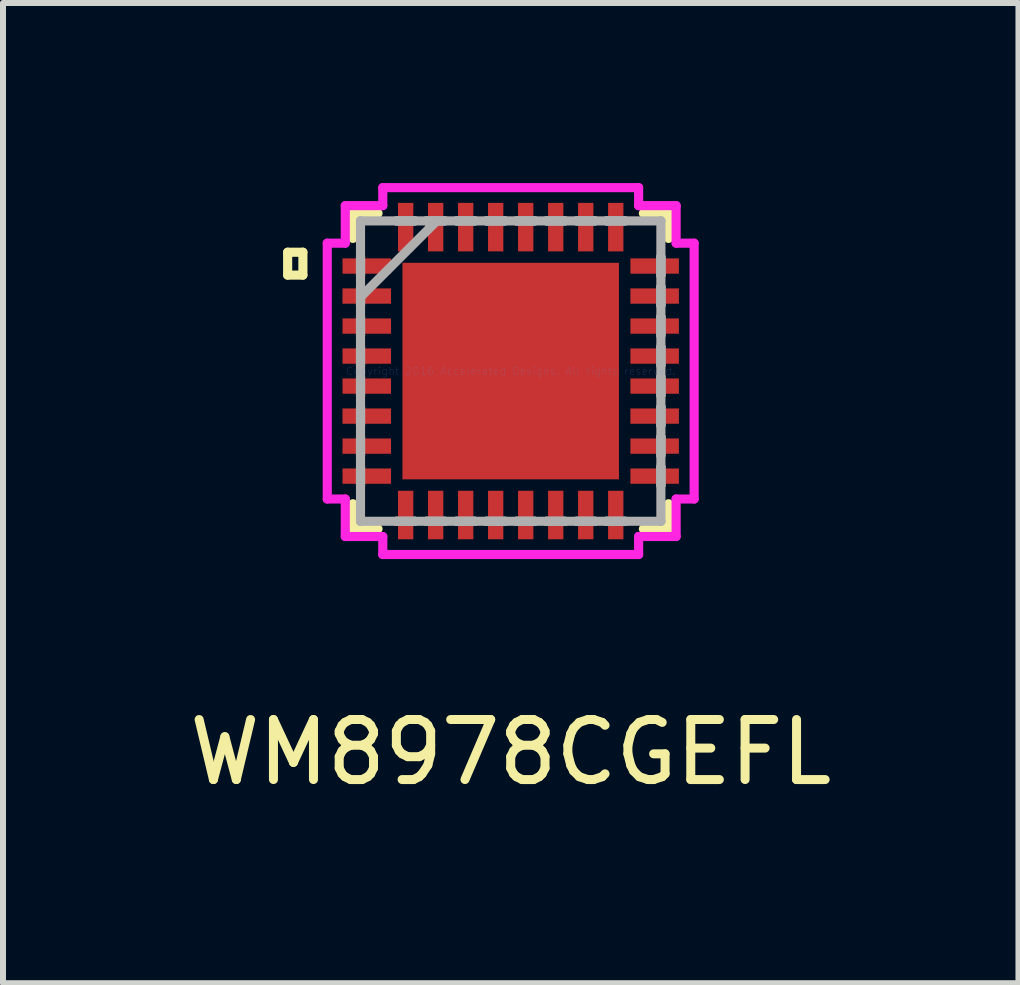
<source format=kicad_pcb>
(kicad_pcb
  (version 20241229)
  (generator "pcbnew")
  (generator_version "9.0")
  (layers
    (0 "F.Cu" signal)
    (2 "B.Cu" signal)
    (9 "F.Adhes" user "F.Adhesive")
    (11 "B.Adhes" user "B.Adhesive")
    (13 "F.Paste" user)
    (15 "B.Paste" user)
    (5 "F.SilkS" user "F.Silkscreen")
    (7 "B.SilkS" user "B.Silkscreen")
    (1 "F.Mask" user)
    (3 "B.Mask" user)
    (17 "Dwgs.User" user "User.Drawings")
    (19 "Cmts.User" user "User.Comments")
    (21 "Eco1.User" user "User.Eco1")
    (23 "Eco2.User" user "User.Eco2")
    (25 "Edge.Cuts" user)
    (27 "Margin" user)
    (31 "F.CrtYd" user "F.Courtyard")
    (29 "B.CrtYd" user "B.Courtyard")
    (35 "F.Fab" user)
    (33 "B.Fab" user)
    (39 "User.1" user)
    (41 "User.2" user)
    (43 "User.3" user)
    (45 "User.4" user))
  (footprint "WM8978CGEFL"
    (layer "F.Cu")
    (at 5.458 3.132)
    (property "Reference" "WM8978CGEFL" (at 0 6.35 0) (layer "F.SilkS") (effects (font (size 1 1) (thickness 0.15))))
    (attr through_hole)
    (fp_line (start -3.716 -1.98) (end -3.462 -1.98) (stroke (width 0.152) (type solid)) (layer "F.SilkS"))
    (fp_line (start -3.716 -1.599) (end -3.716 -1.98) (stroke (width 0.152) (type solid)) (layer "F.SilkS"))
    (fp_line (start -3.462 -1.98) (end -3.462 -1.599) (stroke (width 0.152) (type solid)) (layer "F.SilkS"))
    (fp_line (start -3.462 -1.599) (end -3.716 -1.599) (stroke (width 0.152) (type solid)) (layer "F.SilkS"))
    (fp_line (start -2.629 -2.629) (end -2.629 -2.21) (stroke (width 0.152) (type solid)) (layer "F.SilkS"))
    (fp_line (start -2.629 2.21) (end -2.629 2.629) (stroke (width 0.152) (type solid)) (layer "F.SilkS"))
    (fp_line (start -2.629 2.629) (end -2.21 2.629) (stroke (width 0.152) (type solid)) (layer "F.SilkS"))
    (fp_line (start -2.21 -2.629) (end -2.629 -2.629) (stroke (width 0.152) (type solid)) (layer "F.SilkS"))
    (fp_line (start 2.21 2.629) (end 2.629 2.629) (stroke (width 0.152) (type solid)) (layer "F.SilkS"))
    (fp_line (start 2.629 -2.629) (end 2.21 -2.629) (stroke (width 0.152) (type solid)) (layer "F.SilkS"))
    (fp_line (start 2.629 -2.21) (end 2.629 -2.629) (stroke (width 0.152) (type solid)) (layer "F.SilkS"))
    (fp_line (start 2.629 2.629) (end 2.629 2.21) (stroke (width 0.152) (type solid)) (layer "F.SilkS"))
    (fp_line (start -1.703 -1.703) (end -1.703 -0.1) (stroke (width 0.152) (type solid)) (layer "F.Paste"))
    (fp_line (start -1.703 -0.1) (end -0.1 -0.1) (stroke (width 0.152) (type solid)) (layer "F.Paste"))
    (fp_line (start -1.703 0.1) (end -1.703 1.703) (stroke (width 0.152) (type solid)) (layer "F.Paste"))
    (fp_line (start -1.703 1.703) (end -0.1 1.703) (stroke (width 0.152) (type solid)) (layer "F.Paste"))
    (fp_line (start -0.1 -1.703) (end -1.703 -1.703) (stroke (width 0.152) (type solid)) (layer "F.Paste"))
    (fp_line (start -0.1 -0.1) (end -0.1 -1.703) (stroke (width 0.152) (type solid)) (layer "F.Paste"))
    (fp_line (start -0.1 0.1) (end -1.703 0.1) (stroke (width 0.152) (type solid)) (layer "F.Paste"))
    (fp_line (start -0.1 1.703) (end -0.1 0.1) (stroke (width 0.152) (type solid)) (layer "F.Paste"))
    (fp_line (start 0.1 -1.703) (end 0.1 -0.1) (stroke (width 0.152) (type solid)) (layer "F.Paste"))
    (fp_line (start 0.1 -0.1) (end 1.703 -0.1) (stroke (width 0.152) (type solid)) (layer "F.Paste"))
    (fp_line (start 0.1 0.1) (end 0.1 1.703) (stroke (width 0.152) (type solid)) (layer "F.Paste"))
    (fp_line (start 0.1 1.703) (end 1.703 1.703) (stroke (width 0.152) (type solid)) (layer "F.Paste"))
    (fp_line (start 1.703 -1.703) (end 0.1 -1.703) (stroke (width 0.152) (type solid)) (layer "F.Paste"))
    (fp_line (start 1.703 -0.1) (end 1.703 -1.703) (stroke (width 0.152) (type solid)) (layer "F.Paste"))
    (fp_line (start 1.703 0.1) (end 0.1 0.1) (stroke (width 0.152) (type solid)) (layer "F.Paste"))
    (fp_line (start 1.703 1.703) (end 1.703 0.1) (stroke (width 0.152) (type solid)) (layer "F.Paste"))
    (fp_line (start -3.056 -2.131) (end -2.756 -2.131) (stroke (width 0.152) (type solid)) (layer "F.CrtYd"))
    (fp_line (start -3.056 2.131) (end -3.056 -2.131) (stroke (width 0.152) (type solid)) (layer "F.CrtYd"))
    (fp_line (start -2.756 -2.756) (end -2.131 -2.756) (stroke (width 0.152) (type solid)) (layer "F.CrtYd"))
    (fp_line (start -2.756 -2.131) (end -2.756 -2.756) (stroke (width 0.152) (type solid)) (layer "F.CrtYd"))
    (fp_line (start -2.756 2.131) (end -3.056 2.131) (stroke (width 0.152) (type solid)) (layer "F.CrtYd"))
    (fp_line (start -2.756 2.756) (end -2.756 2.131) (stroke (width 0.152) (type solid)) (layer "F.CrtYd"))
    (fp_line (start -2.131 -3.056) (end 2.131 -3.056) (stroke (width 0.152) (type solid)) (layer "F.CrtYd"))
    (fp_line (start -2.131 -2.756) (end -2.131 -3.056) (stroke (width 0.152) (type solid)) (layer "F.CrtYd"))
    (fp_line (start -2.131 2.756) (end -2.756 2.756) (stroke (width 0.152) (type solid)) (layer "F.CrtYd"))
    (fp_line (start -2.131 3.056) (end -2.131 2.756) (stroke (width 0.152) (type solid)) (layer "F.CrtYd"))
    (fp_line (start 2.131 -3.056) (end 2.131 -2.756) (stroke (width 0.152) (type solid)) (layer "F.CrtYd"))
    (fp_line (start 2.131 -2.756) (end 2.756 -2.756) (stroke (width 0.152) (type solid)) (layer "F.CrtYd"))
    (fp_line (start 2.131 2.756) (end 2.131 3.056) (stroke (width 0.152) (type solid)) (layer "F.CrtYd"))
    (fp_line (start 2.131 3.056) (end -2.131 3.056) (stroke (width 0.152) (type solid)) (layer "F.CrtYd"))
    (fp_line (start 2.756 -2.756) (end 2.756 -2.131) (stroke (width 0.152) (type solid)) (layer "F.CrtYd"))
    (fp_line (start 2.756 -2.131) (end 3.056 -2.131) (stroke (width 0.152) (type solid)) (layer "F.CrtYd"))
    (fp_line (start 2.756 2.131) (end 2.756 2.756) (stroke (width 0.152) (type solid)) (layer "F.CrtYd"))
    (fp_line (start 2.756 2.756) (end 2.131 2.756) (stroke (width 0.152) (type solid)) (layer "F.CrtYd"))
    (fp_line (start 3.056 -2.131) (end 3.056 2.131) (stroke (width 0.152) (type solid)) (layer "F.CrtYd"))
    (fp_line (start 3.056 2.131) (end 2.756 2.131) (stroke (width 0.152) (type solid)) (layer "F.CrtYd"))
    (fp_line (start -2.502 -2.502) (end -2.502 -2.502) (stroke (width 0.152) (type solid)) (layer "F.Fab"))
    (fp_line (start -2.502 -2.502) (end -2.502 2.502) (stroke (width 0.152) (type solid)) (layer "F.Fab"))
    (fp_line (start -2.502 -1.902) (end -2.502 -1.902) (stroke (width 0.152) (type solid)) (layer "F.Fab"))
    (fp_line (start -2.502 -1.902) (end -2.502 -1.598) (stroke (width 0.152) (type solid)) (layer "F.Fab"))
    (fp_line (start -2.502 -1.598) (end -2.502 -1.902) (stroke (width 0.152) (type solid)) (layer "F.Fab"))
    (fp_line (start -2.502 -1.598) (end -2.502 -1.598) (stroke (width 0.152) (type solid)) (layer "F.Fab"))
    (fp_line (start -2.502 -1.402) (end -2.502 -1.402) (stroke (width 0.152) (type solid)) (layer "F.Fab"))
    (fp_line (start -2.502 -1.402) (end -2.502 -1.098) (stroke (width 0.152) (type solid)) (layer "F.Fab"))
    (fp_line (start -2.502 -1.232) (end -1.232 -2.502) (stroke (width 0.152) (type solid)) (layer "F.Fab"))
    (fp_line (start -2.502 -1.098) (end -2.502 -1.402) (stroke (width 0.152) (type solid)) (layer "F.Fab"))
    (fp_line (start -2.502 -1.098) (end -2.502 -1.098) (stroke (width 0.152) (type solid)) (layer "F.Fab"))
    (fp_line (start -2.502 -0.902) (end -2.502 -0.902) (stroke (width 0.152) (type solid)) (layer "F.Fab"))
    (fp_line (start -2.502 -0.902) (end -2.502 -0.598) (stroke (width 0.152) (type solid)) (layer "F.Fab"))
    (fp_line (start -2.502 -0.598) (end -2.502 -0.902) (stroke (width 0.152) (type solid)) (layer "F.Fab"))
    (fp_line (start -2.502 -0.598) (end -2.502 -0.598) (stroke (width 0.152) (type solid)) (layer "F.Fab"))
    (fp_line (start -2.502 -0.402) (end -2.502 -0.402) (stroke (width 0.152) (type solid)) (layer "F.Fab"))
    (fp_line (start -2.502 -0.402) (end -2.502 -0.098) (stroke (width 0.152) (type solid)) (layer "F.Fab"))
    (fp_line (start -2.502 -0.098) (end -2.502 -0.402) (stroke (width 0.152) (type solid)) (layer "F.Fab"))
    (fp_line (start -2.502 -0.098) (end -2.502 -0.098) (stroke (width 0.152) (type solid)) (layer "F.Fab"))
    (fp_line (start -2.502 0.098) (end -2.502 0.098) (stroke (width 0.152) (type solid)) (layer "F.Fab"))
    (fp_line (start -2.502 0.098) (end -2.502 0.402) (stroke (width 0.152) (type solid)) (layer "F.Fab"))
    (fp_line (start -2.502 0.402) (end -2.502 0.098) (stroke (width 0.152) (type solid)) (layer "F.Fab"))
    (fp_line (start -2.502 0.402) (end -2.502 0.402) (stroke (width 0.152) (type solid)) (layer "F.Fab"))
    (fp_line (start -2.502 0.598) (end -2.502 0.598) (stroke (width 0.152) (type solid)) (layer "F.Fab"))
    (fp_line (start -2.502 0.598) (end -2.502 0.902) (stroke (width 0.152) (type solid)) (layer "F.Fab"))
    (fp_line (start -2.502 0.902) (end -2.502 0.598) (stroke (width 0.152) (type solid)) (layer "F.Fab"))
    (fp_line (start -2.502 0.902) (end -2.502 0.902) (stroke (width 0.152) (type solid)) (layer "F.Fab"))
    (fp_line (start -2.502 1.098) (end -2.502 1.098) (stroke (width 0.152) (type solid)) (layer "F.Fab"))
    (fp_line (start -2.502 1.098) (end -2.502 1.402) (stroke (width 0.152) (type solid)) (layer "F.Fab"))
    (fp_line (start -2.502 1.402) (end -2.502 1.098) (stroke (width 0.152) (type solid)) (layer "F.Fab"))
    (fp_line (start -2.502 1.402) (end -2.502 1.402) (stroke (width 0.152) (type solid)) (layer "F.Fab"))
    (fp_line (start -2.502 1.598) (end -2.502 1.598) (stroke (width 0.152) (type solid)) (layer "F.Fab"))
    (fp_line (start -2.502 1.598) (end -2.502 1.902) (stroke (width 0.152) (type solid)) (layer "F.Fab"))
    (fp_line (start -2.502 1.902) (end -2.502 1.598) (stroke (width 0.152) (type solid)) (layer "F.Fab"))
    (fp_line (start -2.502 1.902) (end -2.502 1.902) (stroke (width 0.152) (type solid)) (layer "F.Fab"))
    (fp_line (start -2.502 2.502) (end -2.502 2.502) (stroke (width 0.152) (type solid)) (layer "F.Fab"))
    (fp_line (start -2.502 2.502) (end 2.502 2.502) (stroke (width 0.152) (type solid)) (layer "F.Fab"))
    (fp_line (start -1.902 -2.502) (end -1.902 -2.502) (stroke (width 0.152) (type solid)) (layer "F.Fab"))
    (fp_line (start -1.902 -2.502) (end -1.598 -2.502) (stroke (width 0.152) (type solid)) (layer "F.Fab"))
    (fp_line (start -1.902 2.502) (end -1.902 2.502) (stroke (width 0.152) (type solid)) (layer "F.Fab"))
    (fp_line (start -1.902 2.502) (end -1.598 2.502) (stroke (width 0.152) (type solid)) (layer "F.Fab"))
    (fp_line (start -1.598 -2.502) (end -1.902 -2.502) (stroke (width 0.152) (type solid)) (layer "F.Fab"))
    (fp_line (start -1.598 -2.502) (end -1.598 -2.502) (stroke (width 0.152) (type solid)) (layer "F.Fab"))
    (fp_line (start -1.598 2.502) (end -1.902 2.502) (stroke (width 0.152) (type solid)) (layer "F.Fab"))
    (fp_line (start -1.598 2.502) (end -1.598 2.502) (stroke (width 0.152) (type solid)) (layer "F.Fab"))
    (fp_line (start -1.402 -2.502) (end -1.402 -2.502) (stroke (width 0.152) (type solid)) (layer "F.Fab"))
    (fp_line (start -1.402 -2.502) (end -1.098 -2.502) (stroke (width 0.152) (type solid)) (layer "F.Fab"))
    (fp_line (start -1.402 2.502) (end -1.402 2.502) (stroke (width 0.152) (type solid)) (layer "F.Fab"))
    (fp_line (start -1.402 2.502) (end -1.098 2.502) (stroke (width 0.152) (type solid)) (layer "F.Fab"))
    (fp_line (start -1.098 -2.502) (end -1.402 -2.502) (stroke (width 0.152) (type solid)) (layer "F.Fab"))
    (fp_line (start -1.098 -2.502) (end -1.098 -2.502) (stroke (width 0.152) (type solid)) (layer "F.Fab"))
    (fp_line (start -1.098 2.502) (end -1.402 2.502) (stroke (width 0.152) (type solid)) (layer "F.Fab"))
    (fp_line (start -1.098 2.502) (end -1.098 2.502) (stroke (width 0.152) (type solid)) (layer "F.Fab"))
    (fp_line (start -0.902 -2.502) (end -0.902 -2.502) (stroke (width 0.152) (type solid)) (layer "F.Fab"))
    (fp_line (start -0.902 -2.502) (end -0.598 -2.502) (stroke (width 0.152) (type solid)) (layer "F.Fab"))
    (fp_line (start -0.902 2.502) (end -0.902 2.502) (stroke (width 0.152) (type solid)) (layer "F.Fab"))
    (fp_line (start -0.902 2.502) (end -0.598 2.502) (stroke (width 0.152) (type solid)) (layer "F.Fab"))
    (fp_line (start -0.598 -2.502) (end -0.902 -2.502) (stroke (width 0.152) (type solid)) (layer "F.Fab"))
    (fp_line (start -0.598 -2.502) (end -0.598 -2.502) (stroke (width 0.152) (type solid)) (layer "F.Fab"))
    (fp_line (start -0.598 2.502) (end -0.902 2.502) (stroke (width 0.152) (type solid)) (layer "F.Fab"))
    (fp_line (start -0.598 2.502) (end -0.598 2.502) (stroke (width 0.152) (type solid)) (layer "F.Fab"))
    (fp_line (start -0.402 -2.502) (end -0.402 -2.502) (stroke (width 0.152) (type solid)) (layer "F.Fab"))
    (fp_line (start -0.402 -2.502) (end -0.098 -2.502) (stroke (width 0.152) (type solid)) (layer "F.Fab"))
    (fp_line (start -0.402 2.502) (end -0.402 2.502) (stroke (width 0.152) (type solid)) (layer "F.Fab"))
    (fp_line (start -0.402 2.502) (end -0.098 2.502) (stroke (width 0.152) (type solid)) (layer "F.Fab"))
    (fp_line (start -0.098 -2.502) (end -0.402 -2.502) (stroke (width 0.152) (type solid)) (layer "F.Fab"))
    (fp_line (start -0.098 -2.502) (end -0.098 -2.502) (stroke (width 0.152) (type solid)) (layer "F.Fab"))
    (fp_line (start -0.098 2.502) (end -0.402 2.502) (stroke (width 0.152) (type solid)) (layer "F.Fab"))
    (fp_line (start -0.098 2.502) (end -0.098 2.502) (stroke (width 0.152) (type solid)) (layer "F.Fab"))
    (fp_line (start 0.098 -2.502) (end 0.098 -2.502) (stroke (width 0.152) (type solid)) (layer "F.Fab"))
    (fp_line (start 0.098 -2.502) (end 0.402 -2.502) (stroke (width 0.152) (type solid)) (layer "F.Fab"))
    (fp_line (start 0.098 2.502) (end 0.098 2.502) (stroke (width 0.152) (type solid)) (layer "F.Fab"))
    (fp_line (start 0.098 2.502) (end 0.402 2.502) (stroke (width 0.152) (type solid)) (layer "F.Fab"))
    (fp_line (start 0.402 -2.502) (end 0.098 -2.502) (stroke (width 0.152) (type solid)) (layer "F.Fab"))
    (fp_line (start 0.402 -2.502) (end 0.402 -2.502) (stroke (width 0.152) (type solid)) (layer "F.Fab"))
    (fp_line (start 0.402 2.502) (end 0.098 2.502) (stroke (width 0.152) (type solid)) (layer "F.Fab"))
    (fp_line (start 0.402 2.502) (end 0.402 2.502) (stroke (width 0.152) (type solid)) (layer "F.Fab"))
    (fp_line (start 0.598 -2.502) (end 0.598 -2.502) (stroke (width 0.152) (type solid)) (layer "F.Fab"))
    (fp_line (start 0.598 -2.502) (end 0.902 -2.502) (stroke (width 0.152) (type solid)) (layer "F.Fab"))
    (fp_line (start 0.598 2.502) (end 0.598 2.502) (stroke (width 0.152) (type solid)) (layer "F.Fab"))
    (fp_line (start 0.598 2.502) (end 0.902 2.502) (stroke (width 0.152) (type solid)) (layer "F.Fab"))
    (fp_line (start 0.902 -2.502) (end 0.598 -2.502) (stroke (width 0.152) (type solid)) (layer "F.Fab"))
    (fp_line (start 0.902 -2.502) (end 0.902 -2.502) (stroke (width 0.152) (type solid)) (layer "F.Fab"))
    (fp_line (start 0.902 2.502) (end 0.598 2.502) (stroke (width 0.152) (type solid)) (layer "F.Fab"))
    (fp_line (start 0.902 2.502) (end 0.902 2.502) (stroke (width 0.152) (type solid)) (layer "F.Fab"))
    (fp_line (start 1.098 -2.502) (end 1.098 -2.502) (stroke (width 0.152) (type solid)) (layer "F.Fab"))
    (fp_line (start 1.098 -2.502) (end 1.402 -2.502) (stroke (width 0.152) (type solid)) (layer "F.Fab"))
    (fp_line (start 1.098 2.502) (end 1.098 2.502) (stroke (width 0.152) (type solid)) (layer "F.Fab"))
    (fp_line (start 1.098 2.502) (end 1.402 2.502) (stroke (width 0.152) (type solid)) (layer "F.Fab"))
    (fp_line (start 1.402 -2.502) (end 1.098 -2.502) (stroke (width 0.152) (type solid)) (layer "F.Fab"))
    (fp_line (start 1.402 -2.502) (end 1.402 -2.502) (stroke (width 0.152) (type solid)) (layer "F.Fab"))
    (fp_line (start 1.402 2.502) (end 1.098 2.502) (stroke (width 0.152) (type solid)) (layer "F.Fab"))
    (fp_line (start 1.402 2.502) (end 1.402 2.502) (stroke (width 0.152) (type solid)) (layer "F.Fab"))
    (fp_line (start 1.598 -2.502) (end 1.598 -2.502) (stroke (width 0.152) (type solid)) (layer "F.Fab"))
    (fp_line (start 1.598 -2.502) (end 1.902 -2.502) (stroke (width 0.152) (type solid)) (layer "F.Fab"))
    (fp_line (start 1.598 2.502) (end 1.598 2.502) (stroke (width 0.152) (type solid)) (layer "F.Fab"))
    (fp_line (start 1.598 2.502) (end 1.902 2.502) (stroke (width 0.152) (type solid)) (layer "F.Fab"))
    (fp_line (start 1.902 -2.502) (end 1.598 -2.502) (stroke (width 0.152) (type solid)) (layer "F.Fab"))
    (fp_line (start 1.902 -2.502) (end 1.902 -2.502) (stroke (width 0.152) (type solid)) (layer "F.Fab"))
    (fp_line (start 1.902 2.502) (end 1.598 2.502) (stroke (width 0.152) (type solid)) (layer "F.Fab"))
    (fp_line (start 1.902 2.502) (end 1.902 2.502) (stroke (width 0.152) (type solid)) (layer "F.Fab"))
    (fp_line (start 2.502 -2.502) (end -2.502 -2.502) (stroke (width 0.152) (type solid)) (layer "F.Fab"))
    (fp_line (start 2.502 -2.502) (end 2.502 -2.502) (stroke (width 0.152) (type solid)) (layer "F.Fab"))
    (fp_line (start 2.502 -1.902) (end 2.502 -1.902) (stroke (width 0.152) (type solid)) (layer "F.Fab"))
    (fp_line (start 2.502 -1.902) (end 2.502 -1.598) (stroke (width 0.152) (type solid)) (layer "F.Fab"))
    (fp_line (start 2.502 -1.598) (end 2.502 -1.902) (stroke (width 0.152) (type solid)) (layer "F.Fab"))
    (fp_line (start 2.502 -1.598) (end 2.502 -1.598) (stroke (width 0.152) (type solid)) (layer "F.Fab"))
    (fp_line (start 2.502 -1.402) (end 2.502 -1.402) (stroke (width 0.152) (type solid)) (layer "F.Fab"))
    (fp_line (start 2.502 -1.402) (end 2.502 -1.098) (stroke (width 0.152) (type solid)) (layer "F.Fab"))
    (fp_line (start 2.502 -1.098) (end 2.502 -1.402) (stroke (width 0.152) (type solid)) (layer "F.Fab"))
    (fp_line (start 2.502 -1.098) (end 2.502 -1.098) (stroke (width 0.152) (type solid)) (layer "F.Fab"))
    (fp_line (start 2.502 -0.902) (end 2.502 -0.902) (stroke (width 0.152) (type solid)) (layer "F.Fab"))
    (fp_line (start 2.502 -0.902) (end 2.502 -0.598) (stroke (width 0.152) (type solid)) (layer "F.Fab"))
    (fp_line (start 2.502 -0.598) (end 2.502 -0.902) (stroke (width 0.152) (type solid)) (layer "F.Fab"))
    (fp_line (start 2.502 -0.598) (end 2.502 -0.598) (stroke (width 0.152) (type solid)) (layer "F.Fab"))
    (fp_line (start 2.502 -0.402) (end 2.502 -0.402) (stroke (width 0.152) (type solid)) (layer "F.Fab"))
    (fp_line (start 2.502 -0.402) (end 2.502 -0.098) (stroke (width 0.152) (type solid)) (layer "F.Fab"))
    (fp_line (start 2.502 -0.098) (end 2.502 -0.402) (stroke (width 0.152) (type solid)) (layer "F.Fab"))
    (fp_line (start 2.502 -0.098) (end 2.502 -0.098) (stroke (width 0.152) (type solid)) (layer "F.Fab"))
    (fp_line (start 2.502 0.098) (end 2.502 0.098) (stroke (width 0.152) (type solid)) (layer "F.Fab"))
    (fp_line (start 2.502 0.098) (end 2.502 0.402) (stroke (width 0.152) (type solid)) (layer "F.Fab"))
    (fp_line (start 2.502 0.402) (end 2.502 0.098) (stroke (width 0.152) (type solid)) (layer "F.Fab"))
    (fp_line (start 2.502 0.402) (end 2.502 0.402) (stroke (width 0.152) (type solid)) (layer "F.Fab"))
    (fp_line (start 2.502 0.598) (end 2.502 0.598) (stroke (width 0.152) (type solid)) (layer "F.Fab"))
    (fp_line (start 2.502 0.598) (end 2.502 0.902) (stroke (width 0.152) (type solid)) (layer "F.Fab"))
    (fp_line (start 2.502 0.902) (end 2.502 0.598) (stroke (width 0.152) (type solid)) (layer "F.Fab"))
    (fp_line (start 2.502 0.902) (end 2.502 0.902) (stroke (width 0.152) (type solid)) (layer "F.Fab"))
    (fp_line (start 2.502 1.098) (end 2.502 1.098) (stroke (width 0.152) (type solid)) (layer "F.Fab"))
    (fp_line (start 2.502 1.098) (end 2.502 1.402) (stroke (width 0.152) (type solid)) (layer "F.Fab"))
    (fp_line (start 2.502 1.402) (end 2.502 1.098) (stroke (width 0.152) (type solid)) (layer "F.Fab"))
    (fp_line (start 2.502 1.402) (end 2.502 1.402) (stroke (width 0.152) (type solid)) (layer "F.Fab"))
    (fp_line (start 2.502 1.598) (end 2.502 1.598) (stroke (width 0.152) (type solid)) (layer "F.Fab"))
    (fp_line (start 2.502 1.598) (end 2.502 1.902) (stroke (width 0.152) (type solid)) (layer "F.Fab"))
    (fp_line (start 2.502 1.902) (end 2.502 1.598) (stroke (width 0.152) (type solid)) (layer "F.Fab"))
    (fp_line (start 2.502 1.902) (end 2.502 1.902) (stroke (width 0.152) (type solid)) (layer "F.Fab"))
    (fp_line (start 2.502 2.502) (end 2.502 -2.502) (stroke (width 0.152) (type solid)) (layer "F.Fab"))
    (fp_line (start 2.502 2.502) (end 2.502 2.502) (stroke (width 0.152) (type solid)) (layer "F.Fab"))
    (fp_text user "Copyright 2016 Accelerated Designs. All rights reserved." (at 0 0 0) (layer "Cmts.User") (effects (font (size 0.127 0.127) (thickness 0.002))))
    (pad "1" smd rect (at -2.398 -1.75 90) (size 0.255 0.808) (layers "F.Cu" "F.Mask" "F.Paste"))
    (pad "2" smd rect (at -2.398 -1.25 90) (size 0.255 0.808) (layers "F.Cu" "F.Mask" "F.Paste"))
    (pad "3" smd rect (at -2.398 -0.75 90) (size 0.255 0.808) (layers "F.Cu" "F.Mask" "F.Paste"))
    (pad "4" smd rect (at -2.398 -0.25 90) (size 0.255 0.808) (layers "F.Cu" "F.Mask" "F.Paste"))
    (pad "5" smd rect (at -2.398 0.25 90) (size 0.255 0.808) (layers "F.Cu" "F.Mask" "F.Paste"))
    (pad "6" smd rect (at -2.398 0.75 90) (size 0.255 0.808) (layers "F.Cu" "F.Mask" "F.Paste"))
    (pad "7" smd rect (at -2.398 1.25 90) (size 0.255 0.808) (layers "F.Cu" "F.Mask" "F.Paste"))
    (pad "8" smd rect (at -2.398 1.75 90) (size 0.255 0.808) (layers "F.Cu" "F.Mask" "F.Paste"))
    (pad "9" smd rect (at -1.75 2.398) (size 0.255 0.808) (layers "F.Cu" "F.Mask" "F.Paste"))
    (pad "10" smd rect (at -1.25 2.398) (size 0.255 0.808) (layers "F.Cu" "F.Mask" "F.Paste"))
    (pad "11" smd rect (at -0.75 2.398) (size 0.255 0.808) (layers "F.Cu" "F.Mask" "F.Paste"))
    (pad "12" smd rect (at -0.25 2.398) (size 0.255 0.808) (layers "F.Cu" "F.Mask" "F.Paste"))
    (pad "13" smd rect (at 0.25 2.398) (size 0.255 0.808) (layers "F.Cu" "F.Mask" "F.Paste"))
    (pad "14" smd rect (at 0.75 2.398) (size 0.255 0.808) (layers "F.Cu" "F.Mask" "F.Paste"))
    (pad "15" smd rect (at 1.25 2.398) (size 0.255 0.808) (layers "F.Cu" "F.Mask" "F.Paste"))
    (pad "16" smd rect (at 1.75 2.398) (size 0.255 0.808) (layers "F.Cu" "F.Mask" "F.Paste"))
    (pad "17" smd rect (at 2.398 1.75 90) (size 0.255 0.808) (layers "F.Cu" "F.Mask" "F.Paste"))
    (pad "18" smd rect (at 2.398 1.25 90) (size 0.255 0.808) (layers "F.Cu" "F.Mask" "F.Paste"))
    (pad "19" smd rect (at 2.398 0.75 90) (size 0.255 0.808) (layers "F.Cu" "F.Mask" "F.Paste"))
    (pad "20" smd rect (at 2.398 0.25 90) (size 0.255 0.808) (layers "F.Cu" "F.Mask" "F.Paste"))
    (pad "21" smd rect (at 2.398 -0.25 90) (size 0.255 0.808) (layers "F.Cu" "F.Mask" "F.Paste"))
    (pad "22" smd rect (at 2.398 -0.75 90) (size 0.255 0.808) (layers "F.Cu" "F.Mask" "F.Paste"))
    (pad "23" smd rect (at 2.398 -1.25 90) (size 0.255 0.808) (layers "F.Cu" "F.Mask" "F.Paste"))
    (pad "24" smd rect (at 2.398 -1.75 90) (size 0.255 0.808) (layers "F.Cu" "F.Mask" "F.Paste"))
    (pad "25" smd rect (at 1.75 -2.398) (size 0.255 0.808) (layers "F.Cu" "F.Mask" "F.Paste"))
    (pad "26" smd rect (at 1.25 -2.398) (size 0.255 0.808) (layers "F.Cu" "F.Mask" "F.Paste"))
    (pad "27" smd rect (at 0.75 -2.398) (size 0.255 0.808) (layers "F.Cu" "F.Mask" "F.Paste"))
    (pad "28" smd rect (at 0.25 -2.398) (size 0.255 0.808) (layers "F.Cu" "F.Mask" "F.Paste"))
    (pad "29" smd rect (at -0.25 -2.398) (size 0.255 0.808) (layers "F.Cu" "F.Mask" "F.Paste"))
    (pad "30" smd rect (at -0.75 -2.398) (size 0.255 0.808) (layers "F.Cu" "F.Mask" "F.Paste"))
    (pad "31" smd rect (at -1.25 -2.398) (size 0.255 0.808) (layers "F.Cu" "F.Mask" "F.Paste"))
    (pad "32" smd rect (at -1.75 -2.398) (size 0.255 0.808) (layers "F.Cu" "F.Mask" "F.Paste"))
    (pad "33" smd rect (at 0 0) (size 3.607 3.607) (layers "F.Cu" "F.Mask" "F.Paste")))
  (gr_rect
    (start -3 -3)
    (end 13.917 13.33)
    (stroke (width 0.1) (type default))
    (fill no)
    (layer "Edge.Cuts")))
</source>
